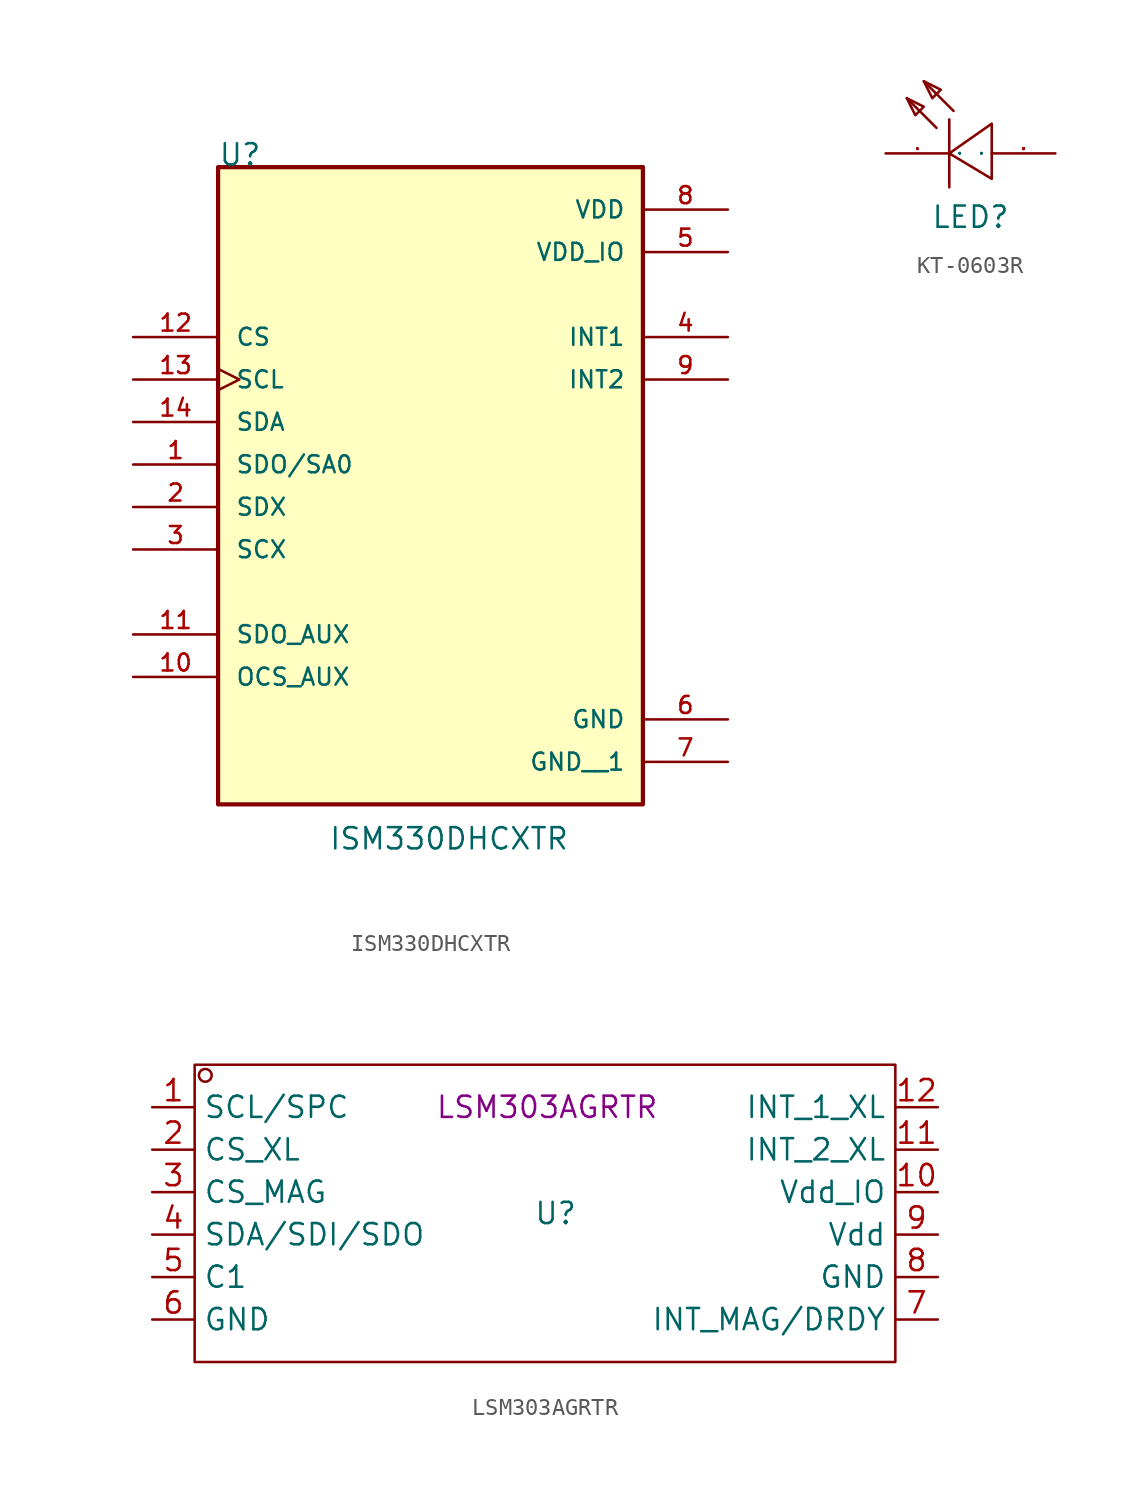
<source format=kicad_sym>
(kicad_symbol_lib
  (version 20241209)
  (generator "kicad_symbol_editor")
  (generator_version "9.0")
  (symbol "ISM330DHCXTR"
    (pin_names
      (offset 1.016))
    (property "Reference" "U"
      (at -12.7 17.78 0)
      (effects (font (size 1.27 1.27)) (justify left bottom)))
    (property "Value" "ISM330DHCXTR"
      (at -6.096 -23.114 0)
      (effects (font (size 1.27 1.27)) (justify left bottom)))
    (symbol "ISM330DHCXTR_0_0"
      (rectangle (start -12.7 -20.32) (end 12.7 17.78) (stroke (width 0.254) (type default)) (fill (type background)))
      (pin input line (at -17.78 7.62 0) (length 5.08) (name "CS" (effects (font (size 1.016 1.016)))) (number "12" (effects (font (size 1.016 1.016)))))
      (pin input clock (at -17.78 5.08 0) (length 5.08) (name "SCL" (effects (font (size 1.016 1.016)))) (number "13" (effects (font (size 1.016 1.016)))))
      (pin bidirectional line (at -17.78 2.54 0) (length 5.08) (name "SDA" (effects (font (size 1.016 1.016)))) (number "14" (effects (font (size 1.016 1.016)))))
      (pin bidirectional line (at -17.78 0 0) (length 5.08) (name "SDO/SA0" (effects (font (size 1.016 1.016)))) (number "1" (effects (font (size 1.016 1.016)))))
      (pin bidirectional line (at -17.78 -2.54 0) (length 5.08) (name "SDX" (effects (font (size 1.016 1.016)))) (number "2" (effects (font (size 1.016 1.016)))))
      (pin bidirectional line (at -17.78 -5.08 0) (length 5.08) (name "SCX" (effects (font (size 1.016 1.016)))) (number "3" (effects (font (size 1.016 1.016)))))
      (pin bidirectional line (at -17.78 -10.16 0) (length 5.08) (name "SDO_AUX" (effects (font (size 1.016 1.016)))) (number "11" (effects (font (size 1.016 1.016)))))
      (pin bidirectional line (at -17.78 -12.7 0) (length 5.08) (name "OCS_AUX" (effects (font (size 1.016 1.016)))) (number "10" (effects (font (size 1.016 1.016)))))
      (pin power_in line (at 17.78 15.24 180) (length 5.08) (name "VDD" (effects (font (size 1.016 1.016)))) (number "8" (effects (font (size 1.016 1.016)))))
      (pin power_in line (at 17.78 12.7 180) (length 5.08) (name "VDD_IO" (effects (font (size 1.016 1.016)))) (number "5" (effects (font (size 1.016 1.016)))))
      (pin output line (at 17.78 7.62 180) (length 5.08) (name "INT1" (effects (font (size 1.016 1.016)))) (number "4" (effects (font (size 1.016 1.016)))))
      (pin output line (at 17.78 5.08 180) (length 5.08) (name "INT2" (effects (font (size 1.016 1.016)))) (number "9" (effects (font (size 1.016 1.016)))))
      (pin power_in line (at 17.78 -15.24 180) (length 5.08) (name "GND" (effects (font (size 1.016 1.016)))) (number "6" (effects (font (size 1.016 1.016)))))
      (pin power_in line (at 17.78 -17.78 180) (length 5.08) (name "GND__1" (effects (font (size 1.016 1.016)))) (number "7" (effects (font (size 1.016 1.016)))))))
  (symbol "KT-0603R"
    (property "Reference" "LED"
      (at 0 -3.81 0)
      (effects (font (size 1.27 1.27))))
    (property "Value" ""
      (at 0 0 0)
      (effects (font (size 1.27 1.27))))
    (symbol "KT-0603R_1_0"
      (polyline (pts (xy -3.81 3.302) (xy -2.794 2.794) (xy -2.794 2.794) (xy -3.302 2.286) (xy -3.302 2.286) (xy -3.81 3.302)) (stroke (width 0) (type default)) (fill (type none)))
      (polyline (pts (xy -2.794 4.318) (xy -1.778 3.81) (xy -1.778 3.81) (xy -2.286 3.302) (xy -2.286 3.302) (xy -2.794 4.318)) (stroke (width 0) (type default)) (fill (type none)))
      (polyline (pts (xy -2.032 1.524) (xy -3.81 3.302)) (stroke (width 0) (type default)) (fill (type none)))
      (polyline (pts (xy -1.27 2.032) (xy -1.27 -2.032)) (stroke (width 0) (type default)) (fill (type none)))
      (polyline (pts (xy -1.016 2.54) (xy -2.794 4.318)) (stroke (width 0) (type default)) (fill (type none)))
      (polyline (pts (xy 1.27 -1.524) (xy -1.27 0) (xy -1.27 0) (xy 1.27 1.778) (xy 1.27 1.778) (xy 1.27 -1.524)) (stroke (width 0) (type default)) (fill (type none)))
      (pin output line (at -5.08 0 0) (length 3.81) (name "K" (effects (font (size 0.025 0.025)))) (number "1" (effects (font (size 0.025 0.025)))))
      (pin input line (at 5.08 0 180) (length 3.81) (name "A" (effects (font (size 0.025 0.025)))) (number "2" (effects (font (size 0.025 0.025)))))))
  (symbol "LSM303AGRTR"
    (property "Reference" "U"
      (at 0 0 0)
      (effects (font (size 1.27 1.27))))
    (property "Value" ""
      (at 0 0 0)
      (effects (font (size 1.27 1.27))))
    (property "Manufacturer Part" "LSM303AGRTR"
      (at -0.508 6.35 0)
      (effects (font (size 1.27 1.27))))
    (symbol "LSM303AGRTR_1_0"
      (rectangle (start -21.59 -8.89) (end 20.32 8.89) (stroke (width 0) (type default)) (fill (type none)))
      (circle (center -20.955 8.255) (radius 0.381) (stroke (width 0) (type default)) (fill (type none)))
      (pin input line (at -24.13 6.35 0) (length 2.54) (name "SCL/SPC" (effects (font (size 1.27 1.27)))) (number "1" (effects (font (size 1.27 1.27)))))
      (pin input line (at -24.13 3.81 0) (length 2.54) (name "CS_XL" (effects (font (size 1.27 1.27)))) (number "2" (effects (font (size 1.27 1.27)))))
      (pin input line (at -24.13 1.27 0) (length 2.54) (name "CS_MAG" (effects (font (size 1.27 1.27)))) (number "3" (effects (font (size 1.27 1.27)))))
      (pin output line (at -24.13 -1.27 0) (length 2.54) (name "SDA/SDI/SDO" (effects (font (size 1.27 1.27)))) (number "4" (effects (font (size 1.27 1.27)))))
      (pin output line (at -24.13 -3.81 0) (length 2.54) (name "C1" (effects (font (size 1.27 1.27)))) (number "5" (effects (font (size 1.27 1.27)))))
      (pin output line (at -24.13 -6.35 0) (length 2.54) (name "GND" (effects (font (size 1.27 1.27)))) (number "6" (effects (font (size 1.27 1.27)))))
      (pin input line (at 22.86 6.35 180) (length 2.54) (name "INT_1_XL" (effects (font (size 1.27 1.27)))) (number "12" (effects (font (size 1.27 1.27)))))
      (pin input line (at 22.86 3.81 180) (length 2.54) (name "INT_2_XL" (effects (font (size 1.27 1.27)))) (number "11" (effects (font (size 1.27 1.27)))))
      (pin power_in line (at 22.86 1.27 180) (length 2.54) (name "Vdd_IO" (effects (font (size 1.27 1.27)))) (number "10" (effects (font (size 1.27 1.27)))))
      (pin power_in line (at 22.86 -1.27 180) (length 2.54) (name "Vdd" (effects (font (size 1.27 1.27)))) (number "9" (effects (font (size 1.27 1.27)))))
      (pin output line (at 22.86 -3.81 180) (length 2.54) (name "GND" (effects (font (size 1.27 1.27)))) (number "8" (effects (font (size 1.27 1.27)))))
      (pin output line (at 22.86 -6.35 180) (length 2.54) (name "INT_MAG/DRDY" (effects (font (size 1.27 1.27)))) (number "7" (effects (font (size 1.27 1.27))))))))
</source>
